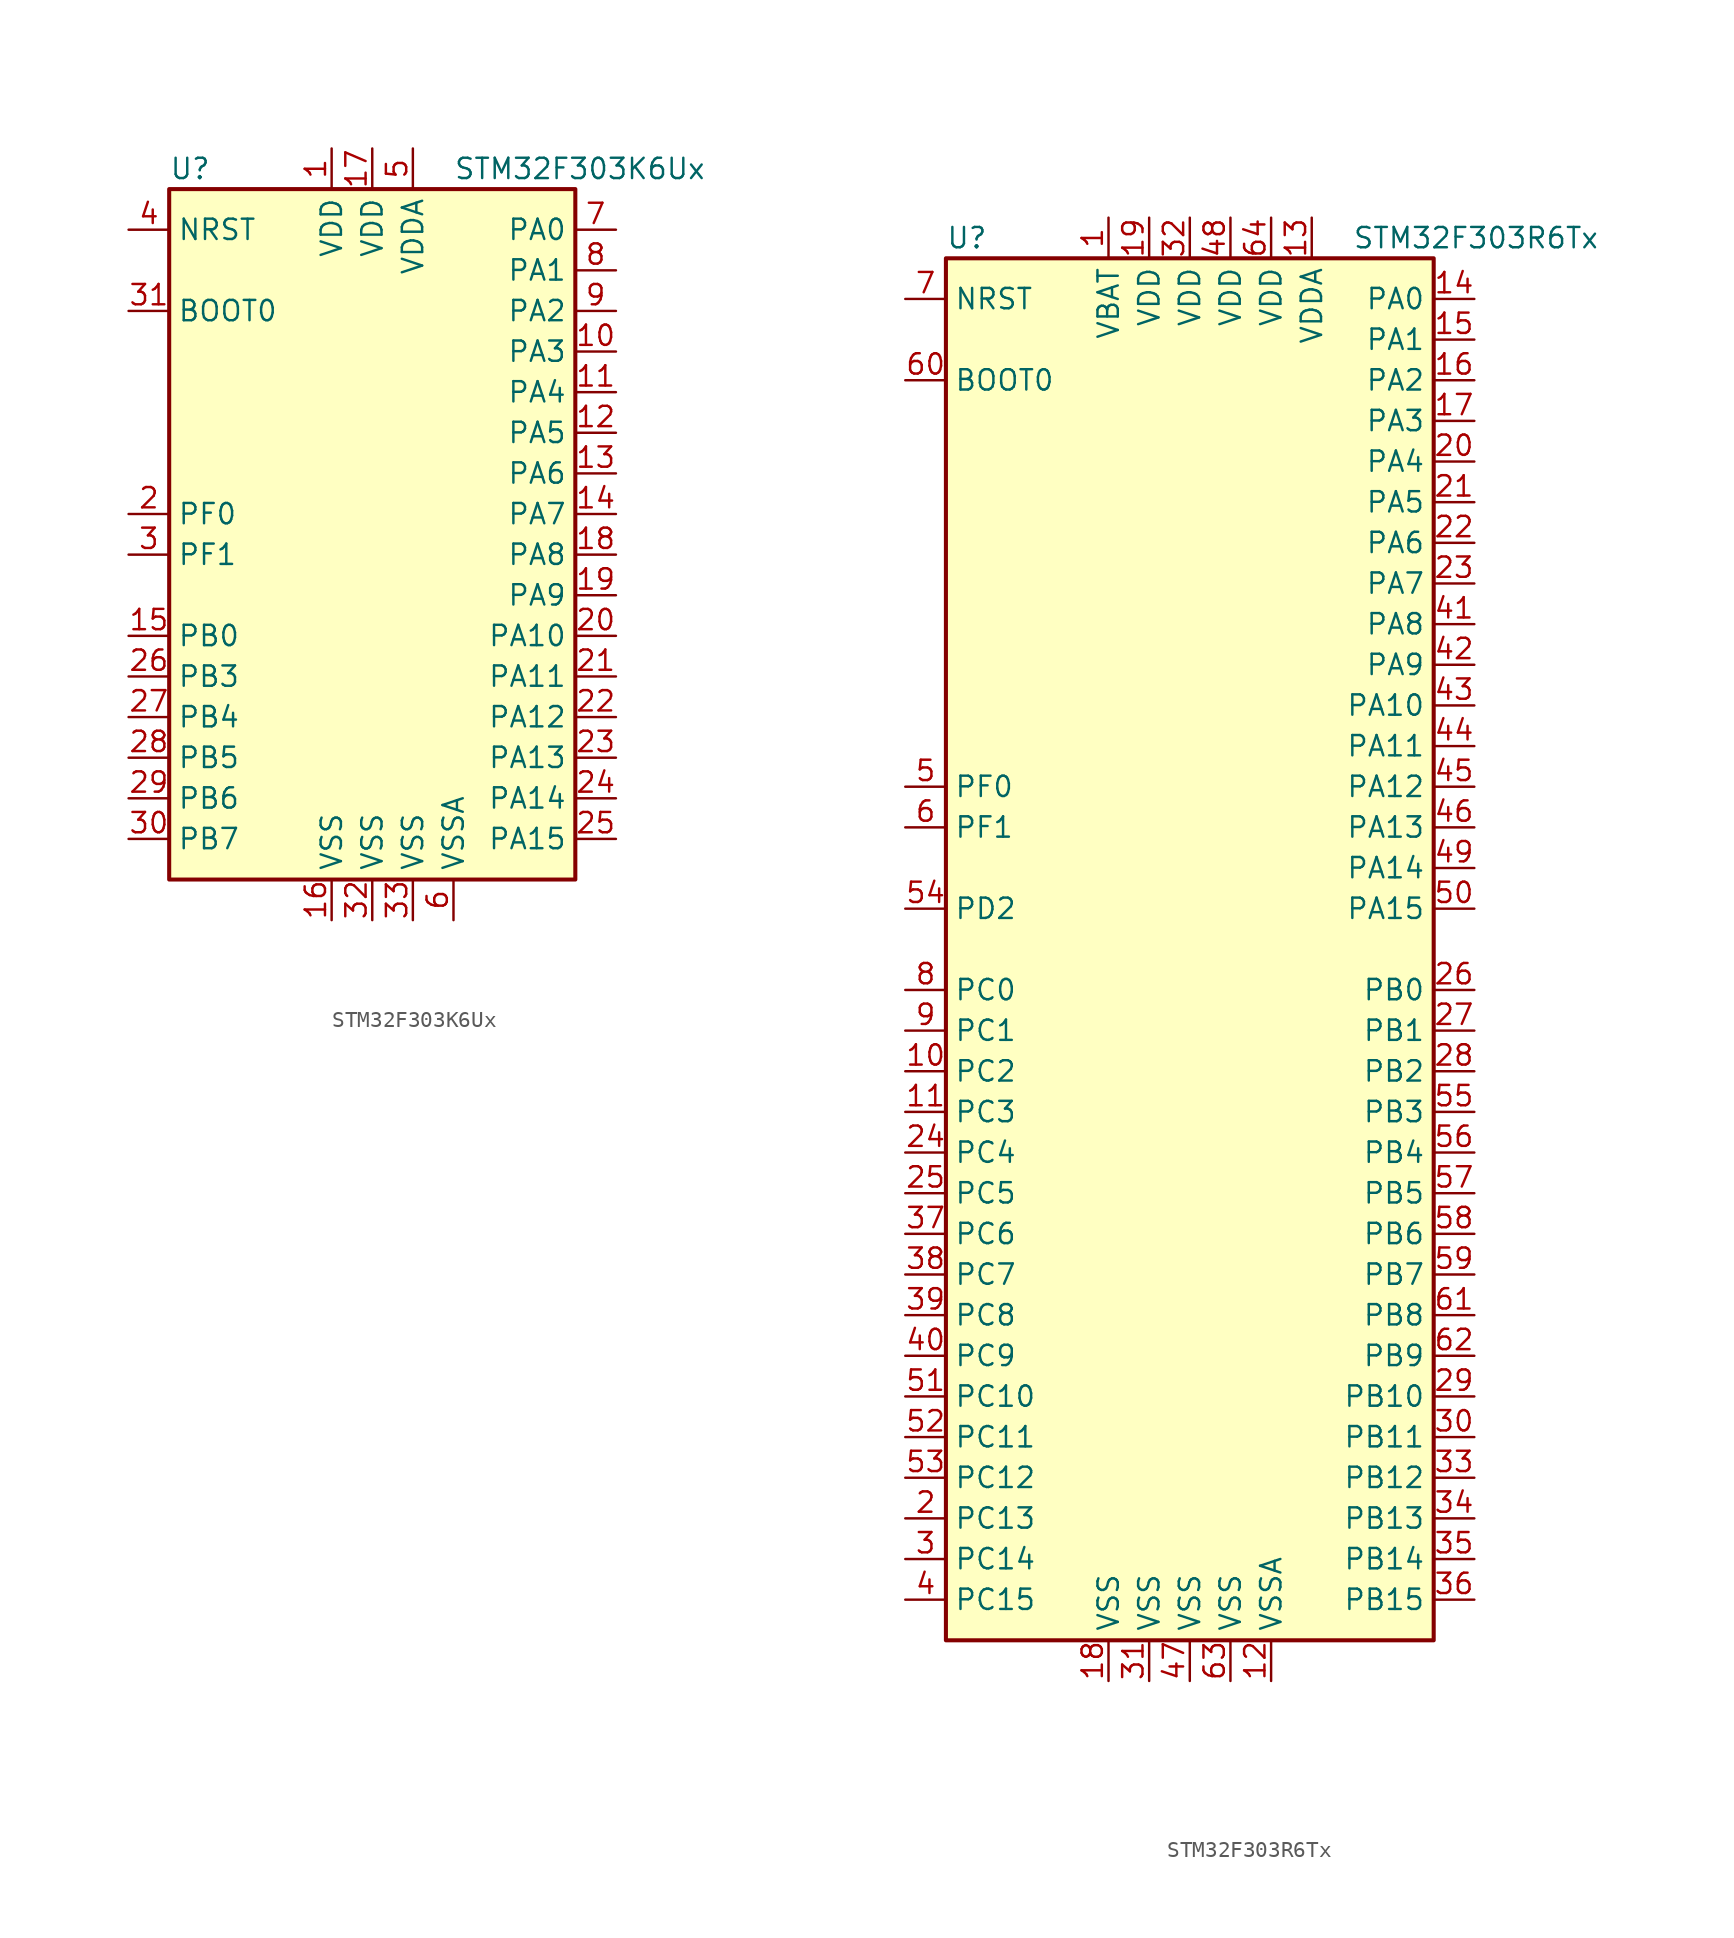
<source format=kicad_sym>
(kicad_symbol_lib
  (version 20201005)
  (generator kicad_symbol_editor)
  (symbol "MCU_ST_STM32F3:STM32F303K6Ux"
    (property "Reference" "U"
      (at -12.7 21.59 0)
      (effects (font (size 1.27 1.27)) (justify left)))
    (property "Value" "STM32F303K6Ux"
      (at 5.08 21.59 0)
      (effects (font (size 1.27 1.27)) (justify left)))
    (symbol "STM32F303K6Ux_0_1"
      (rectangle (start -12.7 -22.86) (end 12.7 20.32) (stroke (width 0.254)) (fill (type background))))
    (symbol "STM32F303K6Ux_1_1"
      (pin input line (at -15.24 12.7 0) (length 2.54) (name "BOOT0" (effects (font (size 1.27 1.27)))) (number "31" (effects (font (size 1.27 1.27)))))
      (pin input line (at -15.24 17.78 0) (length 2.54) (name "NRST" (effects (font (size 1.27 1.27)))) (number "4" (effects (font (size 1.27 1.27)))))
      (pin bidirectional line (at 15.24 17.78 180) (length 2.54) (name "PA0" (effects (font (size 1.27 1.27)))) (number "7" (effects (font (size 1.27 1.27)))))
      (pin bidirectional line (at 15.24 15.24 180) (length 2.54) (name "PA1" (effects (font (size 1.27 1.27)))) (number "8" (effects (font (size 1.27 1.27)))))
      (pin bidirectional line (at 15.24 -7.62 180) (length 2.54) (name "PA10" (effects (font (size 1.27 1.27)))) (number "20" (effects (font (size 1.27 1.27)))))
      (pin bidirectional line (at 15.24 -10.16 180) (length 2.54) (name "PA11" (effects (font (size 1.27 1.27)))) (number "21" (effects (font (size 1.27 1.27)))))
      (pin bidirectional line (at 15.24 -12.7 180) (length 2.54) (name "PA12" (effects (font (size 1.27 1.27)))) (number "22" (effects (font (size 1.27 1.27)))))
      (pin bidirectional line (at 15.24 -15.24 180) (length 2.54) (name "PA13" (effects (font (size 1.27 1.27)))) (number "23" (effects (font (size 1.27 1.27)))))
      (pin bidirectional line (at 15.24 -17.78 180) (length 2.54) (name "PA14" (effects (font (size 1.27 1.27)))) (number "24" (effects (font (size 1.27 1.27)))))
      (pin bidirectional line (at 15.24 -20.32 180) (length 2.54) (name "PA15" (effects (font (size 1.27 1.27)))) (number "25" (effects (font (size 1.27 1.27)))))
      (pin bidirectional line (at 15.24 12.7 180) (length 2.54) (name "PA2" (effects (font (size 1.27 1.27)))) (number "9" (effects (font (size 1.27 1.27)))))
      (pin bidirectional line (at 15.24 10.16 180) (length 2.54) (name "PA3" (effects (font (size 1.27 1.27)))) (number "10" (effects (font (size 1.27 1.27)))))
      (pin bidirectional line (at 15.24 7.62 180) (length 2.54) (name "PA4" (effects (font (size 1.27 1.27)))) (number "11" (effects (font (size 1.27 1.27)))))
      (pin bidirectional line (at 15.24 5.08 180) (length 2.54) (name "PA5" (effects (font (size 1.27 1.27)))) (number "12" (effects (font (size 1.27 1.27)))))
      (pin bidirectional line (at 15.24 2.54 180) (length 2.54) (name "PA6" (effects (font (size 1.27 1.27)))) (number "13" (effects (font (size 1.27 1.27)))))
      (pin bidirectional line (at 15.24 0 180) (length 2.54) (name "PA7" (effects (font (size 1.27 1.27)))) (number "14" (effects (font (size 1.27 1.27)))))
      (pin bidirectional line (at 15.24 -2.54 180) (length 2.54) (name "PA8" (effects (font (size 1.27 1.27)))) (number "18" (effects (font (size 1.27 1.27)))))
      (pin bidirectional line (at 15.24 -5.08 180) (length 2.54) (name "PA9" (effects (font (size 1.27 1.27)))) (number "19" (effects (font (size 1.27 1.27)))))
      (pin bidirectional line (at -15.24 -7.62 0) (length 2.54) (name "PB0" (effects (font (size 1.27 1.27)))) (number "15" (effects (font (size 1.27 1.27)))))
      (pin bidirectional line (at -15.24 -10.16 0) (length 2.54) (name "PB3" (effects (font (size 1.27 1.27)))) (number "26" (effects (font (size 1.27 1.27)))))
      (pin bidirectional line (at -15.24 -12.7 0) (length 2.54) (name "PB4" (effects (font (size 1.27 1.27)))) (number "27" (effects (font (size 1.27 1.27)))))
      (pin bidirectional line (at -15.24 -15.24 0) (length 2.54) (name "PB5" (effects (font (size 1.27 1.27)))) (number "28" (effects (font (size 1.27 1.27)))))
      (pin bidirectional line (at -15.24 -17.78 0) (length 2.54) (name "PB6" (effects (font (size 1.27 1.27)))) (number "29" (effects (font (size 1.27 1.27)))))
      (pin bidirectional line (at -15.24 -20.32 0) (length 2.54) (name "PB7" (effects (font (size 1.27 1.27)))) (number "30" (effects (font (size 1.27 1.27)))))
      (pin input line (at -15.24 0 0) (length 2.54) (name "PF0" (effects (font (size 1.27 1.27)))) (number "2" (effects (font (size 1.27 1.27)))))
      (pin input line (at -15.24 -2.54 0) (length 2.54) (name "PF1" (effects (font (size 1.27 1.27)))) (number "3" (effects (font (size 1.27 1.27)))))
      (pin power_in line (at -2.54 22.86 270) (length 2.54) (name "VDD" (effects (font (size 1.27 1.27)))) (number "1" (effects (font (size 1.27 1.27)))))
      (pin power_in line (at 0 22.86 270) (length 2.54) (name "VDD" (effects (font (size 1.27 1.27)))) (number "17" (effects (font (size 1.27 1.27)))))
      (pin power_in line (at 2.54 22.86 270) (length 2.54) (name "VDDA" (effects (font (size 1.27 1.27)))) (number "5" (effects (font (size 1.27 1.27)))))
      (pin power_in line (at -2.54 -25.4 90) (length 2.54) (name "VSS" (effects (font (size 1.27 1.27)))) (number "16" (effects (font (size 1.27 1.27)))))
      (pin power_in line (at 0 -25.4 90) (length 2.54) (name "VSS" (effects (font (size 1.27 1.27)))) (number "32" (effects (font (size 1.27 1.27)))))
      (pin power_in line (at 2.54 -25.4 90) (length 2.54) (name "VSS" (effects (font (size 1.27 1.27)))) (number "33" (effects (font (size 1.27 1.27)))))
      (pin power_in line (at 5.08 -25.4 90) (length 2.54) (name "VSSA" (effects (font (size 1.27 1.27)))) (number "6" (effects (font (size 1.27 1.27)))))))
  (symbol "MCU_ST_STM32F3:STM32F303R6Tx"
    (property "Reference" "U"
      (at -15.24 44.45 0)
      (effects (font (size 1.27 1.27)) (justify left)))
    (property "Value" "STM32F303R6Tx"
      (at 10.16 44.45 0)
      (effects (font (size 1.27 1.27)) (justify left)))
    (symbol "STM32F303R6Tx_0_1"
      (rectangle (start -15.24 -43.18) (end 15.24 43.18) (stroke (width 0.254)) (fill (type background))))
    (symbol "STM32F303R6Tx_1_1"
      (pin input line (at -17.78 35.56 0) (length 2.54) (name "BOOT0" (effects (font (size 1.27 1.27)))) (number "60" (effects (font (size 1.27 1.27)))))
      (pin input line (at -17.78 40.64 0) (length 2.54) (name "NRST" (effects (font (size 1.27 1.27)))) (number "7" (effects (font (size 1.27 1.27)))))
      (pin bidirectional line (at 17.78 40.64 180) (length 2.54) (name "PA0" (effects (font (size 1.27 1.27)))) (number "14" (effects (font (size 1.27 1.27)))))
      (pin bidirectional line (at 17.78 38.1 180) (length 2.54) (name "PA1" (effects (font (size 1.27 1.27)))) (number "15" (effects (font (size 1.27 1.27)))))
      (pin bidirectional line (at 17.78 15.24 180) (length 2.54) (name "PA10" (effects (font (size 1.27 1.27)))) (number "43" (effects (font (size 1.27 1.27)))))
      (pin bidirectional line (at 17.78 12.7 180) (length 2.54) (name "PA11" (effects (font (size 1.27 1.27)))) (number "44" (effects (font (size 1.27 1.27)))))
      (pin bidirectional line (at 17.78 10.16 180) (length 2.54) (name "PA12" (effects (font (size 1.27 1.27)))) (number "45" (effects (font (size 1.27 1.27)))))
      (pin bidirectional line (at 17.78 7.62 180) (length 2.54) (name "PA13" (effects (font (size 1.27 1.27)))) (number "46" (effects (font (size 1.27 1.27)))))
      (pin bidirectional line (at 17.78 5.08 180) (length 2.54) (name "PA14" (effects (font (size 1.27 1.27)))) (number "49" (effects (font (size 1.27 1.27)))))
      (pin bidirectional line (at 17.78 2.54 180) (length 2.54) (name "PA15" (effects (font (size 1.27 1.27)))) (number "50" (effects (font (size 1.27 1.27)))))
      (pin bidirectional line (at 17.78 35.56 180) (length 2.54) (name "PA2" (effects (font (size 1.27 1.27)))) (number "16" (effects (font (size 1.27 1.27)))))
      (pin bidirectional line (at 17.78 33.02 180) (length 2.54) (name "PA3" (effects (font (size 1.27 1.27)))) (number "17" (effects (font (size 1.27 1.27)))))
      (pin bidirectional line (at 17.78 30.48 180) (length 2.54) (name "PA4" (effects (font (size 1.27 1.27)))) (number "20" (effects (font (size 1.27 1.27)))))
      (pin bidirectional line (at 17.78 27.94 180) (length 2.54) (name "PA5" (effects (font (size 1.27 1.27)))) (number "21" (effects (font (size 1.27 1.27)))))
      (pin bidirectional line (at 17.78 25.4 180) (length 2.54) (name "PA6" (effects (font (size 1.27 1.27)))) (number "22" (effects (font (size 1.27 1.27)))))
      (pin bidirectional line (at 17.78 22.86 180) (length 2.54) (name "PA7" (effects (font (size 1.27 1.27)))) (number "23" (effects (font (size 1.27 1.27)))))
      (pin bidirectional line (at 17.78 20.32 180) (length 2.54) (name "PA8" (effects (font (size 1.27 1.27)))) (number "41" (effects (font (size 1.27 1.27)))))
      (pin bidirectional line (at 17.78 17.78 180) (length 2.54) (name "PA9" (effects (font (size 1.27 1.27)))) (number "42" (effects (font (size 1.27 1.27)))))
      (pin bidirectional line (at 17.78 -2.54 180) (length 2.54) (name "PB0" (effects (font (size 1.27 1.27)))) (number "26" (effects (font (size 1.27 1.27)))))
      (pin bidirectional line (at 17.78 -5.08 180) (length 2.54) (name "PB1" (effects (font (size 1.27 1.27)))) (number "27" (effects (font (size 1.27 1.27)))))
      (pin bidirectional line (at 17.78 -27.94 180) (length 2.54) (name "PB10" (effects (font (size 1.27 1.27)))) (number "29" (effects (font (size 1.27 1.27)))))
      (pin bidirectional line (at 17.78 -30.48 180) (length 2.54) (name "PB11" (effects (font (size 1.27 1.27)))) (number "30" (effects (font (size 1.27 1.27)))))
      (pin bidirectional line (at 17.78 -33.02 180) (length 2.54) (name "PB12" (effects (font (size 1.27 1.27)))) (number "33" (effects (font (size 1.27 1.27)))))
      (pin bidirectional line (at 17.78 -35.56 180) (length 2.54) (name "PB13" (effects (font (size 1.27 1.27)))) (number "34" (effects (font (size 1.27 1.27)))))
      (pin bidirectional line (at 17.78 -38.1 180) (length 2.54) (name "PB14" (effects (font (size 1.27 1.27)))) (number "35" (effects (font (size 1.27 1.27)))))
      (pin bidirectional line (at 17.78 -40.64 180) (length 2.54) (name "PB15" (effects (font (size 1.27 1.27)))) (number "36" (effects (font (size 1.27 1.27)))))
      (pin bidirectional line (at 17.78 -7.62 180) (length 2.54) (name "PB2" (effects (font (size 1.27 1.27)))) (number "28" (effects (font (size 1.27 1.27)))))
      (pin bidirectional line (at 17.78 -10.16 180) (length 2.54) (name "PB3" (effects (font (size 1.27 1.27)))) (number "55" (effects (font (size 1.27 1.27)))))
      (pin bidirectional line (at 17.78 -12.7 180) (length 2.54) (name "PB4" (effects (font (size 1.27 1.27)))) (number "56" (effects (font (size 1.27 1.27)))))
      (pin bidirectional line (at 17.78 -15.24 180) (length 2.54) (name "PB5" (effects (font (size 1.27 1.27)))) (number "57" (effects (font (size 1.27 1.27)))))
      (pin bidirectional line (at 17.78 -17.78 180) (length 2.54) (name "PB6" (effects (font (size 1.27 1.27)))) (number "58" (effects (font (size 1.27 1.27)))))
      (pin bidirectional line (at 17.78 -20.32 180) (length 2.54) (name "PB7" (effects (font (size 1.27 1.27)))) (number "59" (effects (font (size 1.27 1.27)))))
      (pin bidirectional line (at 17.78 -22.86 180) (length 2.54) (name "PB8" (effects (font (size 1.27 1.27)))) (number "61" (effects (font (size 1.27 1.27)))))
      (pin bidirectional line (at 17.78 -25.4 180) (length 2.54) (name "PB9" (effects (font (size 1.27 1.27)))) (number "62" (effects (font (size 1.27 1.27)))))
      (pin bidirectional line (at -17.78 -2.54 0) (length 2.54) (name "PC0" (effects (font (size 1.27 1.27)))) (number "8" (effects (font (size 1.27 1.27)))))
      (pin bidirectional line (at -17.78 -5.08 0) (length 2.54) (name "PC1" (effects (font (size 1.27 1.27)))) (number "9" (effects (font (size 1.27 1.27)))))
      (pin bidirectional line (at -17.78 -27.94 0) (length 2.54) (name "PC10" (effects (font (size 1.27 1.27)))) (number "51" (effects (font (size 1.27 1.27)))))
      (pin bidirectional line (at -17.78 -30.48 0) (length 2.54) (name "PC11" (effects (font (size 1.27 1.27)))) (number "52" (effects (font (size 1.27 1.27)))))
      (pin bidirectional line (at -17.78 -33.02 0) (length 2.54) (name "PC12" (effects (font (size 1.27 1.27)))) (number "53" (effects (font (size 1.27 1.27)))))
      (pin bidirectional line (at -17.78 -35.56 0) (length 2.54) (name "PC13" (effects (font (size 1.27 1.27)))) (number "2" (effects (font (size 1.27 1.27)))))
      (pin bidirectional line (at -17.78 -38.1 0) (length 2.54) (name "PC14" (effects (font (size 1.27 1.27)))) (number "3" (effects (font (size 1.27 1.27)))))
      (pin bidirectional line (at -17.78 -40.64 0) (length 2.54) (name "PC15" (effects (font (size 1.27 1.27)))) (number "4" (effects (font (size 1.27 1.27)))))
      (pin bidirectional line (at -17.78 -7.62 0) (length 2.54) (name "PC2" (effects (font (size 1.27 1.27)))) (number "10" (effects (font (size 1.27 1.27)))))
      (pin bidirectional line (at -17.78 -10.16 0) (length 2.54) (name "PC3" (effects (font (size 1.27 1.27)))) (number "11" (effects (font (size 1.27 1.27)))))
      (pin bidirectional line (at -17.78 -12.7 0) (length 2.54) (name "PC4" (effects (font (size 1.27 1.27)))) (number "24" (effects (font (size 1.27 1.27)))))
      (pin bidirectional line (at -17.78 -15.24 0) (length 2.54) (name "PC5" (effects (font (size 1.27 1.27)))) (number "25" (effects (font (size 1.27 1.27)))))
      (pin bidirectional line (at -17.78 -17.78 0) (length 2.54) (name "PC6" (effects (font (size 1.27 1.27)))) (number "37" (effects (font (size 1.27 1.27)))))
      (pin bidirectional line (at -17.78 -20.32 0) (length 2.54) (name "PC7" (effects (font (size 1.27 1.27)))) (number "38" (effects (font (size 1.27 1.27)))))
      (pin bidirectional line (at -17.78 -22.86 0) (length 2.54) (name "PC8" (effects (font (size 1.27 1.27)))) (number "39" (effects (font (size 1.27 1.27)))))
      (pin bidirectional line (at -17.78 -25.4 0) (length 2.54) (name "PC9" (effects (font (size 1.27 1.27)))) (number "40" (effects (font (size 1.27 1.27)))))
      (pin bidirectional line (at -17.78 2.54 0) (length 2.54) (name "PD2" (effects (font (size 1.27 1.27)))) (number "54" (effects (font (size 1.27 1.27)))))
      (pin input line (at -17.78 10.16 0) (length 2.54) (name "PF0" (effects (font (size 1.27 1.27)))) (number "5" (effects (font (size 1.27 1.27)))))
      (pin input line (at -17.78 7.62 0) (length 2.54) (name "PF1" (effects (font (size 1.27 1.27)))) (number "6" (effects (font (size 1.27 1.27)))))
      (pin power_in line (at -5.08 45.72 270) (length 2.54) (name "VBAT" (effects (font (size 1.27 1.27)))) (number "1" (effects (font (size 1.27 1.27)))))
      (pin power_in line (at -2.54 45.72 270) (length 2.54) (name "VDD" (effects (font (size 1.27 1.27)))) (number "19" (effects (font (size 1.27 1.27)))))
      (pin power_in line (at 0 45.72 270) (length 2.54) (name "VDD" (effects (font (size 1.27 1.27)))) (number "32" (effects (font (size 1.27 1.27)))))
      (pin power_in line (at 2.54 45.72 270) (length 2.54) (name "VDD" (effects (font (size 1.27 1.27)))) (number "48" (effects (font (size 1.27 1.27)))))
      (pin power_in line (at 5.08 45.72 270) (length 2.54) (name "VDD" (effects (font (size 1.27 1.27)))) (number "64" (effects (font (size 1.27 1.27)))))
      (pin power_in line (at 7.62 45.72 270) (length 2.54) (name "VDDA" (effects (font (size 1.27 1.27)))) (number "13" (effects (font (size 1.27 1.27)))))
      (pin power_in line (at -5.08 -45.72 90) (length 2.54) (name "VSS" (effects (font (size 1.27 1.27)))) (number "18" (effects (font (size 1.27 1.27)))))
      (pin power_in line (at -2.54 -45.72 90) (length 2.54) (name "VSS" (effects (font (size 1.27 1.27)))) (number "31" (effects (font (size 1.27 1.27)))))
      (pin power_in line (at 0 -45.72 90) (length 2.54) (name "VSS" (effects (font (size 1.27 1.27)))) (number "47" (effects (font (size 1.27 1.27)))))
      (pin power_in line (at 2.54 -45.72 90) (length 2.54) (name "VSS" (effects (font (size 1.27 1.27)))) (number "63" (effects (font (size 1.27 1.27)))))
      (pin power_in line (at 5.08 -45.72 90) (length 2.54) (name "VSSA" (effects (font (size 1.27 1.27)))) (number "12" (effects (font (size 1.27 1.27))))))))
</source>
